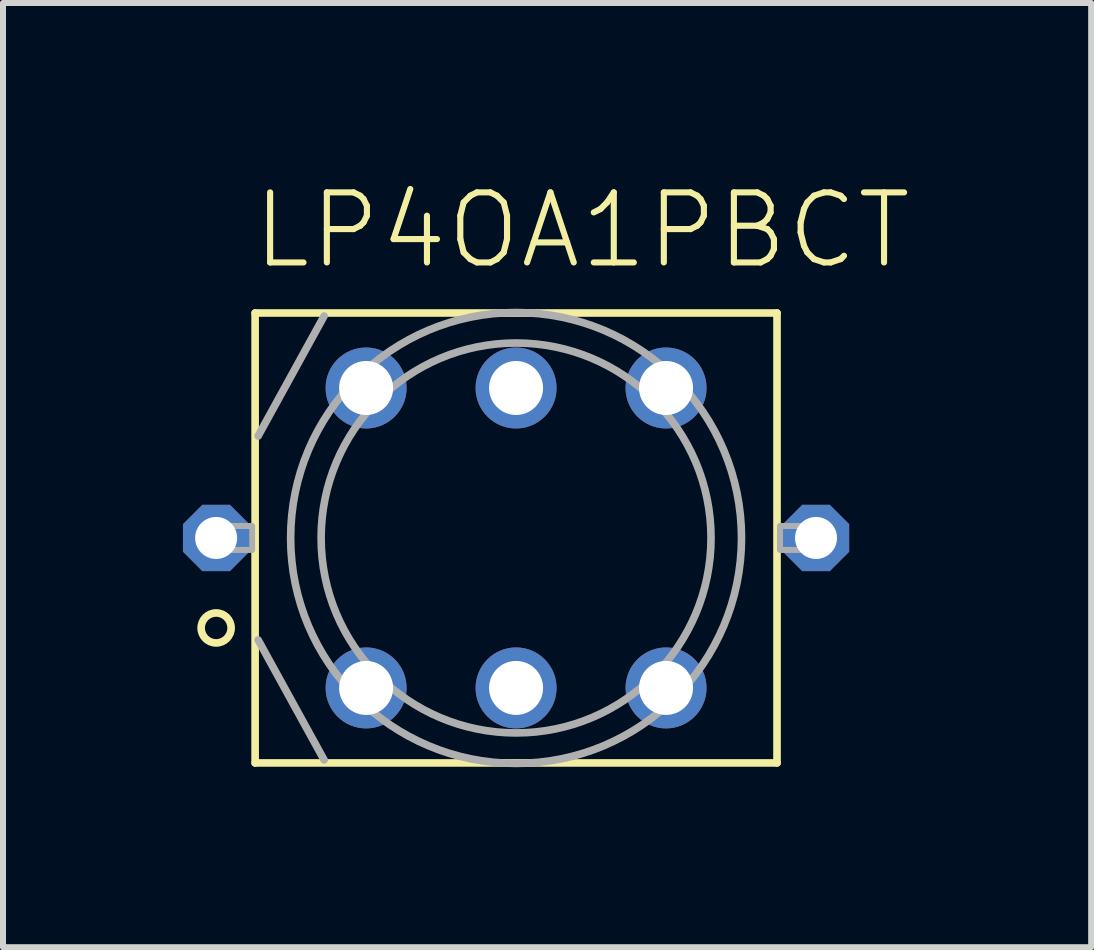
<source format=kicad_pcb>
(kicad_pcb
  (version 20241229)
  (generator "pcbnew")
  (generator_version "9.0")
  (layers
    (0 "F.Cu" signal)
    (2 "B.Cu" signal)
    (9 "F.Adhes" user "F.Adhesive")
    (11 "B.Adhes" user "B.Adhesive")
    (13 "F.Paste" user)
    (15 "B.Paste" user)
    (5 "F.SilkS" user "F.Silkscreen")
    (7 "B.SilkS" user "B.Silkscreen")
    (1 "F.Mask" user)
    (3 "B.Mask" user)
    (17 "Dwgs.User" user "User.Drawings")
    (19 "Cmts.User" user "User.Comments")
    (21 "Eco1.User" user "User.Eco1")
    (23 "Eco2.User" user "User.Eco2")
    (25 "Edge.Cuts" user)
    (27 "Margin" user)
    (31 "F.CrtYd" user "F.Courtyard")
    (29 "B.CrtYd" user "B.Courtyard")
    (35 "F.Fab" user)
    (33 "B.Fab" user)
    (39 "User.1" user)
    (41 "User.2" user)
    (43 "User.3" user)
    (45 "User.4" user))
  (footprint "LP4OA1PBCT"
    (layer "F.Cu")
    (at 5.553 5.918)
    (property "Reference" "LP4OA1PBCT" (at -4.445 -4.445 0) (layer "F.SilkS") (effects (font (size 1.168 1.168) (thickness 0.102)) (justify left bottom)))
    (fp_line (start -4.35 -3.75) (end 4.35 -3.75) (stroke (width 0.127) (type solid)) (layer "F.SilkS"))
    (fp_line (start -4.35 3.75) (end -4.35 -3.75) (stroke (width 0.127) (type solid)) (layer "F.SilkS"))
    (fp_line (start -4.35 3.75) (end 4.35 3.75) (stroke (width 0.127) (type solid)) (layer "F.SilkS"))
    (fp_line (start 4.35 3.75) (end 4.35 -3.75) (stroke (width 0.127) (type solid)) (layer "F.SilkS"))
    (fp_circle (center -5 1.5) (end -4.75 1.5) (stroke (width 0.127) (type solid)) (fill no) (layer "F.SilkS"))
    (fp_line (start -4.3 1.7) (end -3.2 3.7) (stroke (width 0.127) (type solid)) (layer "F.Fab"))
    (fp_line (start -3.2 -3.7) (end -4.3 -1.7) (stroke (width 0.127) (type solid)) (layer "F.Fab"))
    (fp_circle (center 0 0) (end 3.25 0) (stroke (width 0.127) (type solid)) (fill no) (layer "F.Fab"))
    (fp_circle (center 0 0) (end 3.758 0) (stroke (width 0.127) (type solid)) (fill no) (layer "F.Fab"))
    (fp_poly (pts (xy -5 0.2) (xy -4.4 0.2) (xy -4.4 -0.2) (xy -5 -0.2)) (stroke (width 0.1) (type solid)) (fill no) (layer "F.Fab"))
    (fp_poly (pts (xy 4.4 0.2) (xy 5 0.2) (xy 5 -0.2) (xy 4.4 -0.2)) (stroke (width 0.1) (type solid)) (fill no) (layer "F.Fab"))
    (pad "L1" thru_hole roundrect (at 5 0) (size 1.106 1.106) (drill 0.7) (layers "*.Cu" "*.Mask") (roundrect_rratio 0.25) (chamfer_ratio 0.293) (chamfer top_left top_right bottom_left bottom_right))
    (pad "L2" thru_hole roundrect (at -5 0) (size 1.106 1.106) (drill 0.7) (layers "*.Cu" "*.Mask") (roundrect_rratio 0.25) (chamfer_ratio 0.293) (chamfer top_left top_right bottom_left bottom_right))
    (pad "P1" thru_hole circle (at 2.5 -2.5) (size 1.35 1.35) (drill 0.9) (layers "*.Cu" "*.Mask"))
    (pad "P2" thru_hole circle (at 0 -2.5) (size 1.35 1.35) (drill 0.9) (layers "*.Cu" "*.Mask"))
    (pad "P3" thru_hole circle (at -2.5 -2.5) (size 1.35 1.35) (drill 0.9) (layers "*.Cu" "*.Mask"))
    (pad "P4" thru_hole circle (at 2.5 2.5) (size 1.35 1.35) (drill 0.9) (layers "*.Cu" "*.Mask"))
    (pad "P5" thru_hole circle (at 0 2.5) (size 1.35 1.35) (drill 0.9) (layers "*.Cu" "*.Mask"))
    (pad "P6" thru_hole circle (at -2.5 2.5) (size 1.35 1.35) (drill 0.9) (layers "*.Cu" "*.Mask")))
  (gr_rect
    (start -3 -3)
    (end 15.14 12.74)
    (stroke (width 0.1) (type default))
    (fill no)
    (layer "Edge.Cuts")))
</source>
